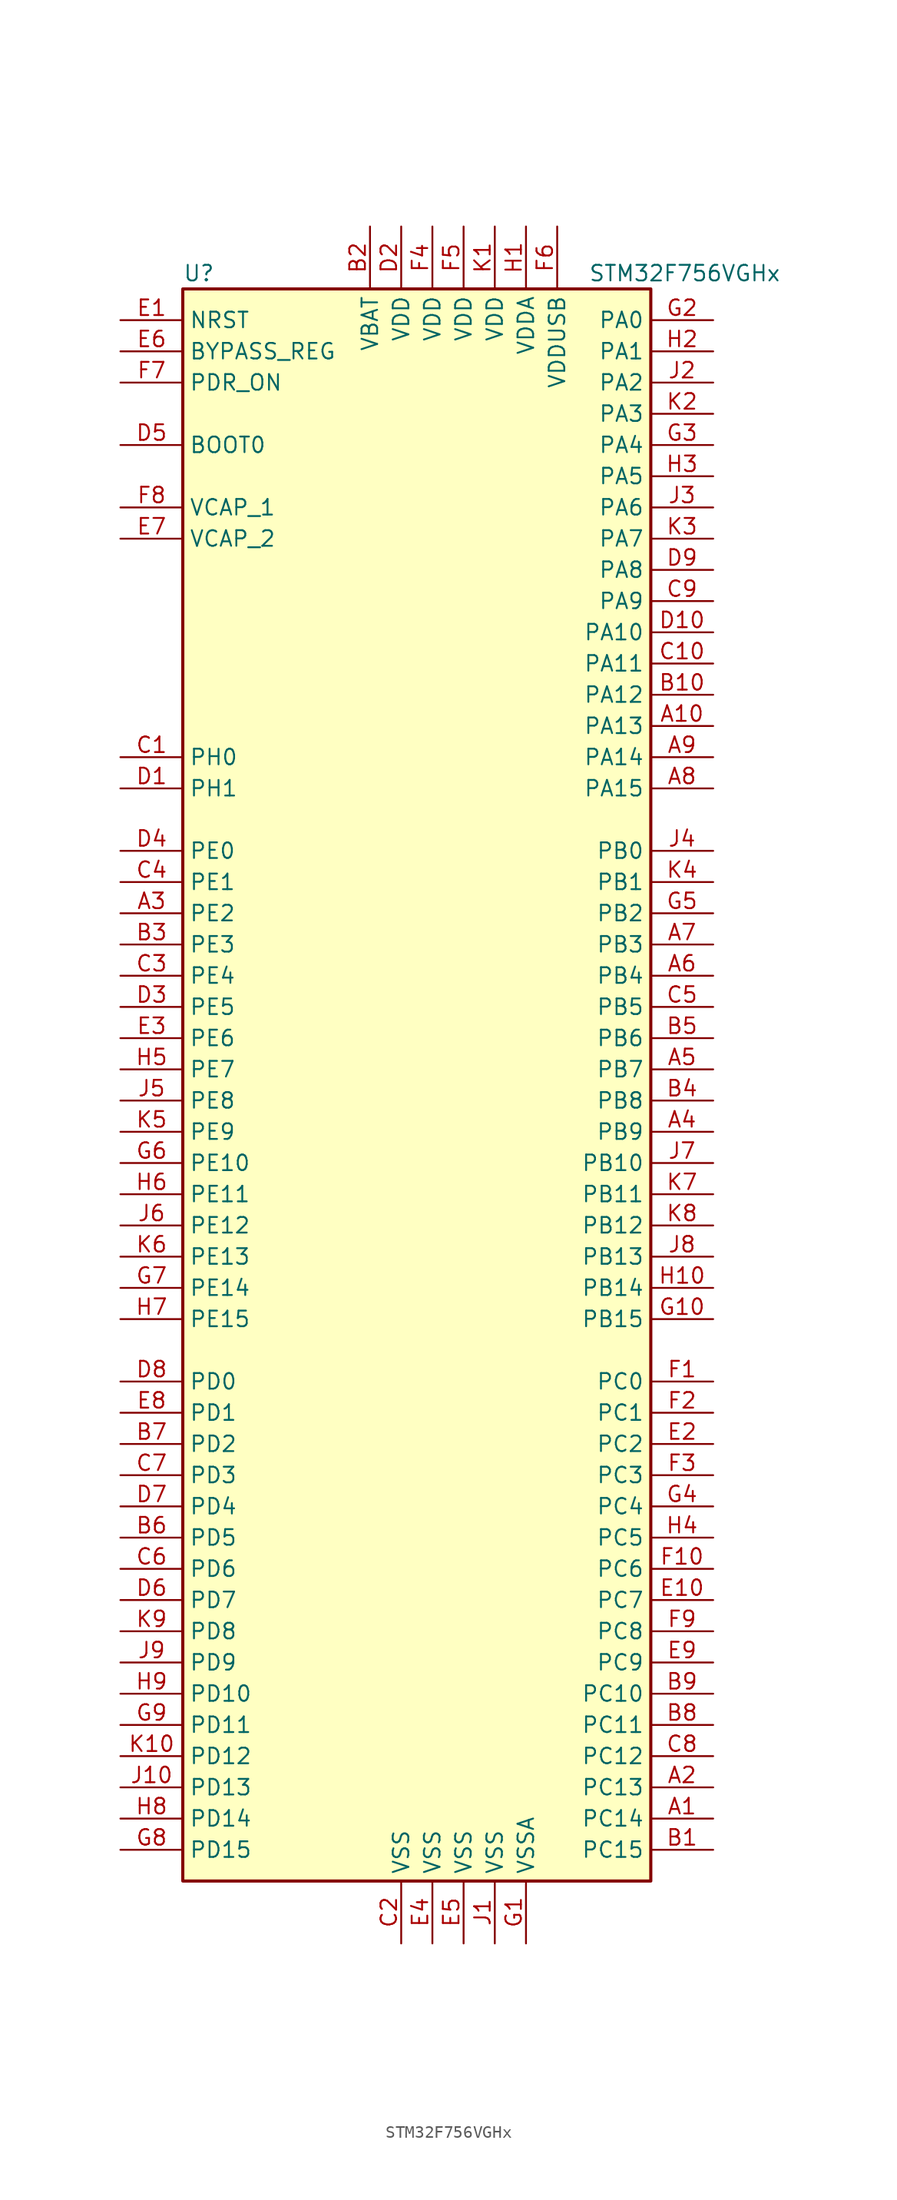
<source format=kicad_sym>
(kicad_symbol_lib
  (version 20220914)
  (generator kicad_symbol_editor)
  (symbol "STM32F756VGHx"
    (property "Reference" "U"
      (at -20.32 64.77 0)
      (effects (font (size 1.27 1.27)) (justify left)))
    (property "Value" "STM32F756VGHx"
      (at 12.7 64.77 0)
      (effects (font (size 1.27 1.27)) (justify left)))
    (symbol "STM32F756VGHx_0_1"
      (rectangle (start -20.32 -66.04) (end 17.78 63.5) (stroke (width 0.254) (type default)) (fill (type background))))
    (symbol "STM32F756VGHx_1_1"
      (pin bidirectional line (at 22.86 -60.96 180) (length 5.08) (name "PC14" (effects (font (size 1.27 1.27)))) (number "A1" (effects (font (size 1.27 1.27)))))
      (pin bidirectional line (at 22.86 27.94 180) (length 5.08) (name "PA13" (effects (font (size 1.27 1.27)))) (number "A10" (effects (font (size 1.27 1.27)))))
      (pin bidirectional line (at 22.86 -58.42 180) (length 5.08) (name "PC13" (effects (font (size 1.27 1.27)))) (number "A2" (effects (font (size 1.27 1.27)))))
      (pin bidirectional line (at -25.4 12.7 0) (length 5.08) (name "PE2" (effects (font (size 1.27 1.27)))) (number "A3" (effects (font (size 1.27 1.27)))))
      (pin bidirectional line (at 22.86 -5.08 180) (length 5.08) (name "PB9" (effects (font (size 1.27 1.27)))) (number "A4" (effects (font (size 1.27 1.27)))))
      (pin bidirectional line (at 22.86 0 180) (length 5.08) (name "PB7" (effects (font (size 1.27 1.27)))) (number "A5" (effects (font (size 1.27 1.27)))))
      (pin bidirectional line (at 22.86 7.62 180) (length 5.08) (name "PB4" (effects (font (size 1.27 1.27)))) (number "A6" (effects (font (size 1.27 1.27)))))
      (pin bidirectional line (at 22.86 10.16 180) (length 5.08) (name "PB3" (effects (font (size 1.27 1.27)))) (number "A7" (effects (font (size 1.27 1.27)))))
      (pin bidirectional line (at 22.86 22.86 180) (length 5.08) (name "PA15" (effects (font (size 1.27 1.27)))) (number "A8" (effects (font (size 1.27 1.27)))))
      (pin bidirectional line (at 22.86 25.4 180) (length 5.08) (name "PA14" (effects (font (size 1.27 1.27)))) (number "A9" (effects (font (size 1.27 1.27)))))
      (pin bidirectional line (at 22.86 -63.5 180) (length 5.08) (name "PC15" (effects (font (size 1.27 1.27)))) (number "B1" (effects (font (size 1.27 1.27)))))
      (pin bidirectional line (at 22.86 30.48 180) (length 5.08) (name "PA12" (effects (font (size 1.27 1.27)))) (number "B10" (effects (font (size 1.27 1.27)))))
      (pin power_in line (at -5.08 68.58 270) (length 5.08) (name "VBAT" (effects (font (size 1.27 1.27)))) (number "B2" (effects (font (size 1.27 1.27)))))
      (pin bidirectional line (at -25.4 10.16 0) (length 5.08) (name "PE3" (effects (font (size 1.27 1.27)))) (number "B3" (effects (font (size 1.27 1.27)))))
      (pin bidirectional line (at 22.86 -2.54 180) (length 5.08) (name "PB8" (effects (font (size 1.27 1.27)))) (number "B4" (effects (font (size 1.27 1.27)))))
      (pin bidirectional line (at 22.86 2.54 180) (length 5.08) (name "PB6" (effects (font (size 1.27 1.27)))) (number "B5" (effects (font (size 1.27 1.27)))))
      (pin bidirectional line (at -25.4 -38.1 0) (length 5.08) (name "PD5" (effects (font (size 1.27 1.27)))) (number "B6" (effects (font (size 1.27 1.27)))))
      (pin bidirectional line (at -25.4 -30.48 0) (length 5.08) (name "PD2" (effects (font (size 1.27 1.27)))) (number "B7" (effects (font (size 1.27 1.27)))))
      (pin bidirectional line (at 22.86 -53.34 180) (length 5.08) (name "PC11" (effects (font (size 1.27 1.27)))) (number "B8" (effects (font (size 1.27 1.27)))))
      (pin bidirectional line (at 22.86 -50.8 180) (length 5.08) (name "PC10" (effects (font (size 1.27 1.27)))) (number "B9" (effects (font (size 1.27 1.27)))))
      (pin input line (at -25.4 25.4 0) (length 5.08) (name "PH0" (effects (font (size 1.27 1.27)))) (number "C1" (effects (font (size 1.27 1.27)))))
      (pin bidirectional line (at 22.86 33.02 180) (length 5.08) (name "PA11" (effects (font (size 1.27 1.27)))) (number "C10" (effects (font (size 1.27 1.27)))))
      (pin power_in line (at -2.54 -71.12 90) (length 5.08) (name "VSS" (effects (font (size 1.27 1.27)))) (number "C2" (effects (font (size 1.27 1.27)))))
      (pin bidirectional line (at -25.4 7.62 0) (length 5.08) (name "PE4" (effects (font (size 1.27 1.27)))) (number "C3" (effects (font (size 1.27 1.27)))))
      (pin bidirectional line (at -25.4 15.24 0) (length 5.08) (name "PE1" (effects (font (size 1.27 1.27)))) (number "C4" (effects (font (size 1.27 1.27)))))
      (pin bidirectional line (at 22.86 5.08 180) (length 5.08) (name "PB5" (effects (font (size 1.27 1.27)))) (number "C5" (effects (font (size 1.27 1.27)))))
      (pin bidirectional line (at -25.4 -40.64 0) (length 5.08) (name "PD6" (effects (font (size 1.27 1.27)))) (number "C6" (effects (font (size 1.27 1.27)))))
      (pin bidirectional line (at -25.4 -33.02 0) (length 5.08) (name "PD3" (effects (font (size 1.27 1.27)))) (number "C7" (effects (font (size 1.27 1.27)))))
      (pin bidirectional line (at 22.86 -55.88 180) (length 5.08) (name "PC12" (effects (font (size 1.27 1.27)))) (number "C8" (effects (font (size 1.27 1.27)))))
      (pin bidirectional line (at 22.86 38.1 180) (length 5.08) (name "PA9" (effects (font (size 1.27 1.27)))) (number "C9" (effects (font (size 1.27 1.27)))))
      (pin input line (at -25.4 22.86 0) (length 5.08) (name "PH1" (effects (font (size 1.27 1.27)))) (number "D1" (effects (font (size 1.27 1.27)))))
      (pin bidirectional line (at 22.86 35.56 180) (length 5.08) (name "PA10" (effects (font (size 1.27 1.27)))) (number "D10" (effects (font (size 1.27 1.27)))))
      (pin power_in line (at -2.54 68.58 270) (length 5.08) (name "VDD" (effects (font (size 1.27 1.27)))) (number "D2" (effects (font (size 1.27 1.27)))))
      (pin bidirectional line (at -25.4 5.08 0) (length 5.08) (name "PE5" (effects (font (size 1.27 1.27)))) (number "D3" (effects (font (size 1.27 1.27)))))
      (pin bidirectional line (at -25.4 17.78 0) (length 5.08) (name "PE0" (effects (font (size 1.27 1.27)))) (number "D4" (effects (font (size 1.27 1.27)))))
      (pin input line (at -25.4 50.8 0) (length 5.08) (name "BOOT0" (effects (font (size 1.27 1.27)))) (number "D5" (effects (font (size 1.27 1.27)))))
      (pin bidirectional line (at -25.4 -43.18 0) (length 5.08) (name "PD7" (effects (font (size 1.27 1.27)))) (number "D6" (effects (font (size 1.27 1.27)))))
      (pin bidirectional line (at -25.4 -35.56 0) (length 5.08) (name "PD4" (effects (font (size 1.27 1.27)))) (number "D7" (effects (font (size 1.27 1.27)))))
      (pin bidirectional line (at -25.4 -25.4 0) (length 5.08) (name "PD0" (effects (font (size 1.27 1.27)))) (number "D8" (effects (font (size 1.27 1.27)))))
      (pin bidirectional line (at 22.86 40.64 180) (length 5.08) (name "PA8" (effects (font (size 1.27 1.27)))) (number "D9" (effects (font (size 1.27 1.27)))))
      (pin input line (at -25.4 60.96 0) (length 5.08) (name "NRST" (effects (font (size 1.27 1.27)))) (number "E1" (effects (font (size 1.27 1.27)))))
      (pin bidirectional line (at 22.86 -43.18 180) (length 5.08) (name "PC7" (effects (font (size 1.27 1.27)))) (number "E10" (effects (font (size 1.27 1.27)))))
      (pin bidirectional line (at 22.86 -30.48 180) (length 5.08) (name "PC2" (effects (font (size 1.27 1.27)))) (number "E2" (effects (font (size 1.27 1.27)))))
      (pin bidirectional line (at -25.4 2.54 0) (length 5.08) (name "PE6" (effects (font (size 1.27 1.27)))) (number "E3" (effects (font (size 1.27 1.27)))))
      (pin power_in line (at 0 -71.12 90) (length 5.08) (name "VSS" (effects (font (size 1.27 1.27)))) (number "E4" (effects (font (size 1.27 1.27)))))
      (pin power_in line (at 2.54 -71.12 90) (length 5.08) (name "VSS" (effects (font (size 1.27 1.27)))) (number "E5" (effects (font (size 1.27 1.27)))))
      (pin input line (at -25.4 58.42 0) (length 5.08) (name "BYPASS_REG" (effects (font (size 1.27 1.27)))) (number "E6" (effects (font (size 1.27 1.27)))))
      (pin power_in line (at -25.4 43.18 0) (length 5.08) (name "VCAP_2" (effects (font (size 1.27 1.27)))) (number "E7" (effects (font (size 1.27 1.27)))))
      (pin bidirectional line (at -25.4 -27.94 0) (length 5.08) (name "PD1" (effects (font (size 1.27 1.27)))) (number "E8" (effects (font (size 1.27 1.27)))))
      (pin bidirectional line (at 22.86 -48.26 180) (length 5.08) (name "PC9" (effects (font (size 1.27 1.27)))) (number "E9" (effects (font (size 1.27 1.27)))))
      (pin bidirectional line (at 22.86 -25.4 180) (length 5.08) (name "PC0" (effects (font (size 1.27 1.27)))) (number "F1" (effects (font (size 1.27 1.27)))))
      (pin bidirectional line (at 22.86 -40.64 180) (length 5.08) (name "PC6" (effects (font (size 1.27 1.27)))) (number "F10" (effects (font (size 1.27 1.27)))))
      (pin bidirectional line (at 22.86 -27.94 180) (length 5.08) (name "PC1" (effects (font (size 1.27 1.27)))) (number "F2" (effects (font (size 1.27 1.27)))))
      (pin bidirectional line (at 22.86 -33.02 180) (length 5.08) (name "PC3" (effects (font (size 1.27 1.27)))) (number "F3" (effects (font (size 1.27 1.27)))))
      (pin power_in line (at 0 68.58 270) (length 5.08) (name "VDD" (effects (font (size 1.27 1.27)))) (number "F4" (effects (font (size 1.27 1.27)))))
      (pin power_in line (at 2.54 68.58 270) (length 5.08) (name "VDD" (effects (font (size 1.27 1.27)))) (number "F5" (effects (font (size 1.27 1.27)))))
      (pin power_in line (at 10.16 68.58 270) (length 5.08) (name "VDDUSB" (effects (font (size 1.27 1.27)))) (number "F6" (effects (font (size 1.27 1.27)))))
      (pin input line (at -25.4 55.88 0) (length 5.08) (name "PDR_ON" (effects (font (size 1.27 1.27)))) (number "F7" (effects (font (size 1.27 1.27)))))
      (pin power_in line (at -25.4 45.72 0) (length 5.08) (name "VCAP_1" (effects (font (size 1.27 1.27)))) (number "F8" (effects (font (size 1.27 1.27)))))
      (pin bidirectional line (at 22.86 -45.72 180) (length 5.08) (name "PC8" (effects (font (size 1.27 1.27)))) (number "F9" (effects (font (size 1.27 1.27)))))
      (pin power_in line (at 7.62 -71.12 90) (length 5.08) (name "VSSA" (effects (font (size 1.27 1.27)))) (number "G1" (effects (font (size 1.27 1.27)))))
      (pin bidirectional line (at 22.86 -20.32 180) (length 5.08) (name "PB15" (effects (font (size 1.27 1.27)))) (number "G10" (effects (font (size 1.27 1.27)))))
      (pin bidirectional line (at 22.86 60.96 180) (length 5.08) (name "PA0" (effects (font (size 1.27 1.27)))) (number "G2" (effects (font (size 1.27 1.27)))))
      (pin bidirectional line (at 22.86 50.8 180) (length 5.08) (name "PA4" (effects (font (size 1.27 1.27)))) (number "G3" (effects (font (size 1.27 1.27)))))
      (pin bidirectional line (at 22.86 -35.56 180) (length 5.08) (name "PC4" (effects (font (size 1.27 1.27)))) (number "G4" (effects (font (size 1.27 1.27)))))
      (pin bidirectional line (at 22.86 12.7 180) (length 5.08) (name "PB2" (effects (font (size 1.27 1.27)))) (number "G5" (effects (font (size 1.27 1.27)))))
      (pin bidirectional line (at -25.4 -7.62 0) (length 5.08) (name "PE10" (effects (font (size 1.27 1.27)))) (number "G6" (effects (font (size 1.27 1.27)))))
      (pin bidirectional line (at -25.4 -17.78 0) (length 5.08) (name "PE14" (effects (font (size 1.27 1.27)))) (number "G7" (effects (font (size 1.27 1.27)))))
      (pin bidirectional line (at -25.4 -63.5 0) (length 5.08) (name "PD15" (effects (font (size 1.27 1.27)))) (number "G8" (effects (font (size 1.27 1.27)))))
      (pin bidirectional line (at -25.4 -53.34 0) (length 5.08) (name "PD11" (effects (font (size 1.27 1.27)))) (number "G9" (effects (font (size 1.27 1.27)))))
      (pin power_in line (at 7.62 68.58 270) (length 5.08) (name "VDDA" (effects (font (size 1.27 1.27)))) (number "H1" (effects (font (size 1.27 1.27)))))
      (pin bidirectional line (at 22.86 -17.78 180) (length 5.08) (name "PB14" (effects (font (size 1.27 1.27)))) (number "H10" (effects (font (size 1.27 1.27)))))
      (pin bidirectional line (at 22.86 58.42 180) (length 5.08) (name "PA1" (effects (font (size 1.27 1.27)))) (number "H2" (effects (font (size 1.27 1.27)))))
      (pin bidirectional line (at 22.86 48.26 180) (length 5.08) (name "PA5" (effects (font (size 1.27 1.27)))) (number "H3" (effects (font (size 1.27 1.27)))))
      (pin bidirectional line (at 22.86 -38.1 180) (length 5.08) (name "PC5" (effects (font (size 1.27 1.27)))) (number "H4" (effects (font (size 1.27 1.27)))))
      (pin bidirectional line (at -25.4 0 0) (length 5.08) (name "PE7" (effects (font (size 1.27 1.27)))) (number "H5" (effects (font (size 1.27 1.27)))))
      (pin bidirectional line (at -25.4 -10.16 0) (length 5.08) (name "PE11" (effects (font (size 1.27 1.27)))) (number "H6" (effects (font (size 1.27 1.27)))))
      (pin bidirectional line (at -25.4 -20.32 0) (length 5.08) (name "PE15" (effects (font (size 1.27 1.27)))) (number "H7" (effects (font (size 1.27 1.27)))))
      (pin bidirectional line (at -25.4 -60.96 0) (length 5.08) (name "PD14" (effects (font (size 1.27 1.27)))) (number "H8" (effects (font (size 1.27 1.27)))))
      (pin bidirectional line (at -25.4 -50.8 0) (length 5.08) (name "PD10" (effects (font (size 1.27 1.27)))) (number "H9" (effects (font (size 1.27 1.27)))))
      (pin power_in line (at 5.08 -71.12 90) (length 5.08) (name "VSS" (effects (font (size 1.27 1.27)))) (number "J1" (effects (font (size 1.27 1.27)))))
      (pin bidirectional line (at -25.4 -58.42 0) (length 5.08) (name "PD13" (effects (font (size 1.27 1.27)))) (number "J10" (effects (font (size 1.27 1.27)))))
      (pin bidirectional line (at 22.86 55.88 180) (length 5.08) (name "PA2" (effects (font (size 1.27 1.27)))) (number "J2" (effects (font (size 1.27 1.27)))))
      (pin bidirectional line (at 22.86 45.72 180) (length 5.08) (name "PA6" (effects (font (size 1.27 1.27)))) (number "J3" (effects (font (size 1.27 1.27)))))
      (pin bidirectional line (at 22.86 17.78 180) (length 5.08) (name "PB0" (effects (font (size 1.27 1.27)))) (number "J4" (effects (font (size 1.27 1.27)))))
      (pin bidirectional line (at -25.4 -2.54 0) (length 5.08) (name "PE8" (effects (font (size 1.27 1.27)))) (number "J5" (effects (font (size 1.27 1.27)))))
      (pin bidirectional line (at -25.4 -12.7 0) (length 5.08) (name "PE12" (effects (font (size 1.27 1.27)))) (number "J6" (effects (font (size 1.27 1.27)))))
      (pin bidirectional line (at 22.86 -7.62 180) (length 5.08) (name "PB10" (effects (font (size 1.27 1.27)))) (number "J7" (effects (font (size 1.27 1.27)))))
      (pin bidirectional line (at 22.86 -15.24 180) (length 5.08) (name "PB13" (effects (font (size 1.27 1.27)))) (number "J8" (effects (font (size 1.27 1.27)))))
      (pin bidirectional line (at -25.4 -48.26 0) (length 5.08) (name "PD9" (effects (font (size 1.27 1.27)))) (number "J9" (effects (font (size 1.27 1.27)))))
      (pin power_in line (at 5.08 68.58 270) (length 5.08) (name "VDD" (effects (font (size 1.27 1.27)))) (number "K1" (effects (font (size 1.27 1.27)))))
      (pin bidirectional line (at -25.4 -55.88 0) (length 5.08) (name "PD12" (effects (font (size 1.27 1.27)))) (number "K10" (effects (font (size 1.27 1.27)))))
      (pin bidirectional line (at 22.86 53.34 180) (length 5.08) (name "PA3" (effects (font (size 1.27 1.27)))) (number "K2" (effects (font (size 1.27 1.27)))))
      (pin bidirectional line (at 22.86 43.18 180) (length 5.08) (name "PA7" (effects (font (size 1.27 1.27)))) (number "K3" (effects (font (size 1.27 1.27)))))
      (pin bidirectional line (at 22.86 15.24 180) (length 5.08) (name "PB1" (effects (font (size 1.27 1.27)))) (number "K4" (effects (font (size 1.27 1.27)))))
      (pin bidirectional line (at -25.4 -5.08 0) (length 5.08) (name "PE9" (effects (font (size 1.27 1.27)))) (number "K5" (effects (font (size 1.27 1.27)))))
      (pin bidirectional line (at -25.4 -15.24 0) (length 5.08) (name "PE13" (effects (font (size 1.27 1.27)))) (number "K6" (effects (font (size 1.27 1.27)))))
      (pin bidirectional line (at 22.86 -10.16 180) (length 5.08) (name "PB11" (effects (font (size 1.27 1.27)))) (number "K7" (effects (font (size 1.27 1.27)))))
      (pin bidirectional line (at 22.86 -12.7 180) (length 5.08) (name "PB12" (effects (font (size 1.27 1.27)))) (number "K8" (effects (font (size 1.27 1.27)))))
      (pin bidirectional line (at -25.4 -45.72 0) (length 5.08) (name "PD8" (effects (font (size 1.27 1.27)))) (number "K9" (effects (font (size 1.27 1.27))))))))
</source>
